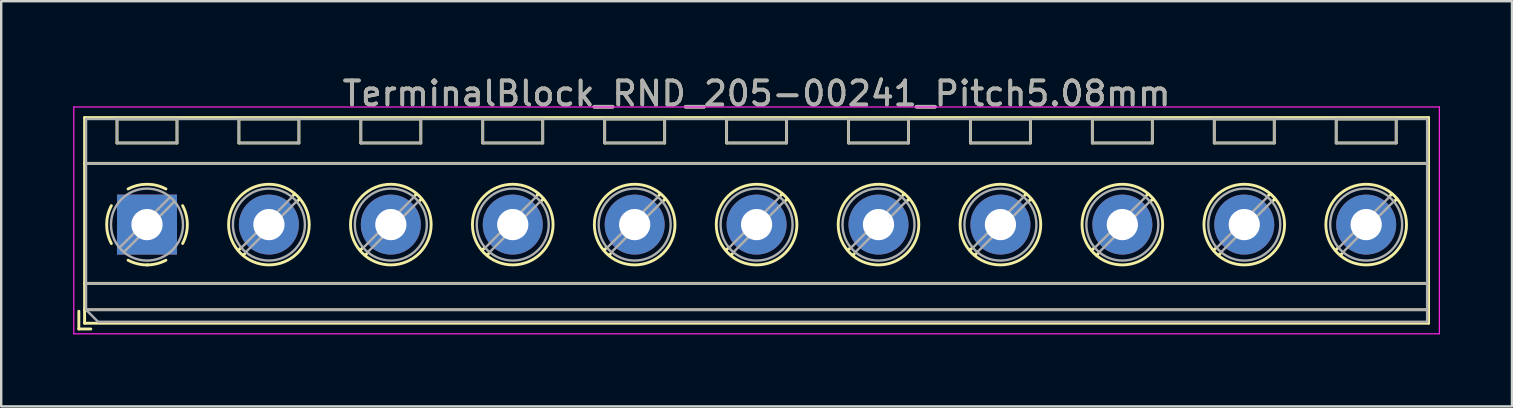
<source format=kicad_pcb>
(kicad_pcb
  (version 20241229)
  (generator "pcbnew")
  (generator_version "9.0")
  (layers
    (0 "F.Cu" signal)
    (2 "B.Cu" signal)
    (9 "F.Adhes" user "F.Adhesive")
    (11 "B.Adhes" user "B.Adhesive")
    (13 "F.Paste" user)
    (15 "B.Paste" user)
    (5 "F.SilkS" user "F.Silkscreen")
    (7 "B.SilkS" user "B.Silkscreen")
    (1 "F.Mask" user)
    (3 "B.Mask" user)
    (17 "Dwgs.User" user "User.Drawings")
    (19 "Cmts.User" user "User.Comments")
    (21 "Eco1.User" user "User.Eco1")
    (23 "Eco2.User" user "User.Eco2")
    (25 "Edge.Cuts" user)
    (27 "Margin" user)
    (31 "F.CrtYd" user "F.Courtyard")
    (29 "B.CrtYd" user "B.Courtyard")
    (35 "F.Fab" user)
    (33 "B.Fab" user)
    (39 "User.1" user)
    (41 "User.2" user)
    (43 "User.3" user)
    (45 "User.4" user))
  (footprint "TerminalBlock_RND_205-00241_Pitch5.08mm"
    (layer "F.Cu")
    (at 3.075 6.308)
    (property "Reference" "TerminalBlock_RND_205-00241_Pitch5.08mm" (at 25.4 -5.46 0) (layer "F.SilkS") (effects (font (size 1 1) (thickness 0.15))))
    (attr through_hole)
    (fp_line (start -2.84 3.61) (end -2.84 4.35) (stroke (width 0.12) (type solid)) (layer "F.SilkS"))
    (fp_line (start -2.84 4.35) (end -2.34 4.35) (stroke (width 0.12) (type solid)) (layer "F.SilkS"))
    (fp_line (start -2.6 -4.46) (end -2.6 4.11) (stroke (width 0.12) (type solid)) (layer "F.SilkS"))
    (fp_line (start -2.6 -2.55) (end 53.4 -2.55) (stroke (width 0.12) (type solid)) (layer "F.SilkS"))
    (fp_line (start -2.6 2.45) (end 53.4 2.45) (stroke (width 0.12) (type solid)) (layer "F.SilkS"))
    (fp_line (start -2.6 3.55) (end 53.4 3.55) (stroke (width 0.12) (type solid)) (layer "F.SilkS"))
    (fp_line (start -2.6 4.11) (end 53.4 4.11) (stroke (width 0.12) (type solid)) (layer "F.SilkS"))
    (fp_line (start -1.25 -4.4) (end -1.25 -3.4) (stroke (width 0.12) (type solid)) (layer "F.SilkS"))
    (fp_line (start -1.25 -4.4) (end 1.25 -4.4) (stroke (width 0.12) (type solid)) (layer "F.SilkS"))
    (fp_line (start -1.25 -3.4) (end 1.25 -3.4) (stroke (width 0.12) (type solid)) (layer "F.SilkS"))
    (fp_line (start 1.25 -4.4) (end 1.25 -3.4) (stroke (width 0.12) (type solid)) (layer "F.SilkS"))
    (fp_line (start 3.83 -4.4) (end 3.83 -3.4) (stroke (width 0.12) (type solid)) (layer "F.SilkS"))
    (fp_line (start 3.83 -4.4) (end 6.33 -4.4) (stroke (width 0.12) (type solid)) (layer "F.SilkS"))
    (fp_line (start 3.83 -3.4) (end 6.33 -3.4) (stroke (width 0.12) (type solid)) (layer "F.SilkS"))
    (fp_line (start 3.9 0.976) (end 3.806 1.069) (stroke (width 0.12) (type solid)) (layer "F.SilkS"))
    (fp_line (start 4.07 1.216) (end 4.011 1.274) (stroke (width 0.12) (type solid)) (layer "F.SilkS"))
    (fp_line (start 6.15 -1.275) (end 6.091 -1.216) (stroke (width 0.12) (type solid)) (layer "F.SilkS"))
    (fp_line (start 6.33 -4.4) (end 6.33 -3.4) (stroke (width 0.12) (type solid)) (layer "F.SilkS"))
    (fp_line (start 6.355 -1.069) (end 6.261 -0.976) (stroke (width 0.12) (type solid)) (layer "F.SilkS"))
    (fp_line (start 8.91 -4.4) (end 8.91 -3.4) (stroke (width 0.12) (type solid)) (layer "F.SilkS"))
    (fp_line (start 8.91 -4.4) (end 11.41 -4.4) (stroke (width 0.12) (type solid)) (layer "F.SilkS"))
    (fp_line (start 8.91 -3.4) (end 11.41 -3.4) (stroke (width 0.12) (type solid)) (layer "F.SilkS"))
    (fp_line (start 8.98 0.976) (end 8.886 1.069) (stroke (width 0.12) (type solid)) (layer "F.SilkS"))
    (fp_line (start 9.15 1.216) (end 9.091 1.274) (stroke (width 0.12) (type solid)) (layer "F.SilkS"))
    (fp_line (start 11.23 -1.275) (end 11.171 -1.216) (stroke (width 0.12) (type solid)) (layer "F.SilkS"))
    (fp_line (start 11.41 -4.4) (end 11.41 -3.4) (stroke (width 0.12) (type solid)) (layer "F.SilkS"))
    (fp_line (start 11.435 -1.069) (end 11.341 -0.976) (stroke (width 0.12) (type solid)) (layer "F.SilkS"))
    (fp_line (start 13.99 -4.4) (end 13.99 -3.4) (stroke (width 0.12) (type solid)) (layer "F.SilkS"))
    (fp_line (start 13.99 -4.4) (end 16.49 -4.4) (stroke (width 0.12) (type solid)) (layer "F.SilkS"))
    (fp_line (start 13.99 -3.4) (end 16.49 -3.4) (stroke (width 0.12) (type solid)) (layer "F.SilkS"))
    (fp_line (start 14.06 0.976) (end 13.966 1.069) (stroke (width 0.12) (type solid)) (layer "F.SilkS"))
    (fp_line (start 14.23 1.216) (end 14.171 1.274) (stroke (width 0.12) (type solid)) (layer "F.SilkS"))
    (fp_line (start 16.31 -1.275) (end 16.251 -1.216) (stroke (width 0.12) (type solid)) (layer "F.SilkS"))
    (fp_line (start 16.49 -4.4) (end 16.49 -3.4) (stroke (width 0.12) (type solid)) (layer "F.SilkS"))
    (fp_line (start 16.515 -1.069) (end 16.421 -0.976) (stroke (width 0.12) (type solid)) (layer "F.SilkS"))
    (fp_line (start 19.07 -4.4) (end 19.07 -3.4) (stroke (width 0.12) (type solid)) (layer "F.SilkS"))
    (fp_line (start 19.07 -4.4) (end 21.57 -4.4) (stroke (width 0.12) (type solid)) (layer "F.SilkS"))
    (fp_line (start 19.07 -3.4) (end 21.57 -3.4) (stroke (width 0.12) (type solid)) (layer "F.SilkS"))
    (fp_line (start 19.14 0.976) (end 19.046 1.069) (stroke (width 0.12) (type solid)) (layer "F.SilkS"))
    (fp_line (start 19.31 1.216) (end 19.251 1.274) (stroke (width 0.12) (type solid)) (layer "F.SilkS"))
    (fp_line (start 21.39 -1.275) (end 21.331 -1.216) (stroke (width 0.12) (type solid)) (layer "F.SilkS"))
    (fp_line (start 21.57 -4.4) (end 21.57 -3.4) (stroke (width 0.12) (type solid)) (layer "F.SilkS"))
    (fp_line (start 21.595 -1.069) (end 21.501 -0.976) (stroke (width 0.12) (type solid)) (layer "F.SilkS"))
    (fp_line (start 24.15 -4.4) (end 24.15 -3.4) (stroke (width 0.12) (type solid)) (layer "F.SilkS"))
    (fp_line (start 24.15 -4.4) (end 26.65 -4.4) (stroke (width 0.12) (type solid)) (layer "F.SilkS"))
    (fp_line (start 24.15 -3.4) (end 26.65 -3.4) (stroke (width 0.12) (type solid)) (layer "F.SilkS"))
    (fp_line (start 24.22 0.976) (end 24.126 1.069) (stroke (width 0.12) (type solid)) (layer "F.SilkS"))
    (fp_line (start 24.39 1.216) (end 24.331 1.274) (stroke (width 0.12) (type solid)) (layer "F.SilkS"))
    (fp_line (start 26.47 -1.275) (end 26.411 -1.216) (stroke (width 0.12) (type solid)) (layer "F.SilkS"))
    (fp_line (start 26.65 -4.4) (end 26.65 -3.4) (stroke (width 0.12) (type solid)) (layer "F.SilkS"))
    (fp_line (start 26.675 -1.069) (end 26.581 -0.976) (stroke (width 0.12) (type solid)) (layer "F.SilkS"))
    (fp_line (start 29.23 -4.4) (end 29.23 -3.4) (stroke (width 0.12) (type solid)) (layer "F.SilkS"))
    (fp_line (start 29.23 -4.4) (end 31.73 -4.4) (stroke (width 0.12) (type solid)) (layer "F.SilkS"))
    (fp_line (start 29.23 -3.4) (end 31.73 -3.4) (stroke (width 0.12) (type solid)) (layer "F.SilkS"))
    (fp_line (start 29.3 0.976) (end 29.206 1.069) (stroke (width 0.12) (type solid)) (layer "F.SilkS"))
    (fp_line (start 29.47 1.216) (end 29.411 1.274) (stroke (width 0.12) (type solid)) (layer "F.SilkS"))
    (fp_line (start 31.55 -1.275) (end 31.491 -1.216) (stroke (width 0.12) (type solid)) (layer "F.SilkS"))
    (fp_line (start 31.73 -4.4) (end 31.73 -3.4) (stroke (width 0.12) (type solid)) (layer "F.SilkS"))
    (fp_line (start 31.755 -1.069) (end 31.661 -0.976) (stroke (width 0.12) (type solid)) (layer "F.SilkS"))
    (fp_line (start 34.31 -4.4) (end 34.31 -3.4) (stroke (width 0.12) (type solid)) (layer "F.SilkS"))
    (fp_line (start 34.31 -4.4) (end 36.81 -4.4) (stroke (width 0.12) (type solid)) (layer "F.SilkS"))
    (fp_line (start 34.31 -3.4) (end 36.81 -3.4) (stroke (width 0.12) (type solid)) (layer "F.SilkS"))
    (fp_line (start 34.38 0.976) (end 34.286 1.069) (stroke (width 0.12) (type solid)) (layer "F.SilkS"))
    (fp_line (start 34.55 1.216) (end 34.491 1.274) (stroke (width 0.12) (type solid)) (layer "F.SilkS"))
    (fp_line (start 36.63 -1.275) (end 36.571 -1.216) (stroke (width 0.12) (type solid)) (layer "F.SilkS"))
    (fp_line (start 36.81 -4.4) (end 36.81 -3.4) (stroke (width 0.12) (type solid)) (layer "F.SilkS"))
    (fp_line (start 36.835 -1.069) (end 36.741 -0.976) (stroke (width 0.12) (type solid)) (layer "F.SilkS"))
    (fp_line (start 39.39 -4.4) (end 39.39 -3.4) (stroke (width 0.12) (type solid)) (layer "F.SilkS"))
    (fp_line (start 39.39 -4.4) (end 41.89 -4.4) (stroke (width 0.12) (type solid)) (layer "F.SilkS"))
    (fp_line (start 39.39 -3.4) (end 41.89 -3.4) (stroke (width 0.12) (type solid)) (layer "F.SilkS"))
    (fp_line (start 39.46 0.976) (end 39.366 1.069) (stroke (width 0.12) (type solid)) (layer "F.SilkS"))
    (fp_line (start 39.63 1.216) (end 39.571 1.274) (stroke (width 0.12) (type solid)) (layer "F.SilkS"))
    (fp_line (start 41.71 -1.275) (end 41.651 -1.216) (stroke (width 0.12) (type solid)) (layer "F.SilkS"))
    (fp_line (start 41.89 -4.4) (end 41.89 -3.4) (stroke (width 0.12) (type solid)) (layer "F.SilkS"))
    (fp_line (start 41.915 -1.069) (end 41.821 -0.976) (stroke (width 0.12) (type solid)) (layer "F.SilkS"))
    (fp_line (start 44.47 -4.4) (end 44.47 -3.4) (stroke (width 0.12) (type solid)) (layer "F.SilkS"))
    (fp_line (start 44.47 -4.4) (end 46.97 -4.4) (stroke (width 0.12) (type solid)) (layer "F.SilkS"))
    (fp_line (start 44.47 -3.4) (end 46.97 -3.4) (stroke (width 0.12) (type solid)) (layer "F.SilkS"))
    (fp_line (start 44.54 0.976) (end 44.446 1.069) (stroke (width 0.12) (type solid)) (layer "F.SilkS"))
    (fp_line (start 44.71 1.216) (end 44.651 1.274) (stroke (width 0.12) (type solid)) (layer "F.SilkS"))
    (fp_line (start 46.79 -1.275) (end 46.731 -1.216) (stroke (width 0.12) (type solid)) (layer "F.SilkS"))
    (fp_line (start 46.97 -4.4) (end 46.97 -3.4) (stroke (width 0.12) (type solid)) (layer "F.SilkS"))
    (fp_line (start 46.995 -1.069) (end 46.901 -0.976) (stroke (width 0.12) (type solid)) (layer "F.SilkS"))
    (fp_line (start 49.55 -4.4) (end 49.55 -3.4) (stroke (width 0.12) (type solid)) (layer "F.SilkS"))
    (fp_line (start 49.55 -4.4) (end 52.05 -4.4) (stroke (width 0.12) (type solid)) (layer "F.SilkS"))
    (fp_line (start 49.55 -3.4) (end 52.05 -3.4) (stroke (width 0.12) (type solid)) (layer "F.SilkS"))
    (fp_line (start 49.62 0.976) (end 49.526 1.069) (stroke (width 0.12) (type solid)) (layer "F.SilkS"))
    (fp_line (start 49.79 1.216) (end 49.731 1.274) (stroke (width 0.12) (type solid)) (layer "F.SilkS"))
    (fp_line (start 51.87 -1.275) (end 51.811 -1.216) (stroke (width 0.12) (type solid)) (layer "F.SilkS"))
    (fp_line (start 52.05 -4.4) (end 52.05 -3.4) (stroke (width 0.12) (type solid)) (layer "F.SilkS"))
    (fp_line (start 52.075 -1.069) (end 51.981 -0.976) (stroke (width 0.12) (type solid)) (layer "F.SilkS"))
    (fp_line (start 53.4 -4.46) (end -2.6 -4.46) (stroke (width 0.12) (type solid)) (layer "F.SilkS"))
    (fp_line (start 53.4 4.11) (end 53.4 -4.46) (stroke (width 0.12) (type solid)) (layer "F.SilkS"))
    (fp_arc (start -1.483953 0.789089) (mid -1.680708 0.00005) (end -1.484 -0.789) (stroke (width 0.12) (type solid)) (layer "F.SilkS"))
    (fp_arc (start -0.789089 -1.483953) (mid -0.00005 -1.680708) (end 0.789 -1.484) (stroke (width 0.12) (type solid)) (layer "F.SilkS"))
    (fp_arc (start 0.029383 1.68045) (mid -0.392304 1.634281) (end -0.789 1.484) (stroke (width 0.12) (type solid)) (layer "F.SilkS"))
    (fp_arc (start 0.788712 1.483352) (mid 0.406429 1.630097) (end 0 1.68) (stroke (width 0.12) (type solid)) (layer "F.SilkS"))
    (fp_arc (start 1.483953 -0.789089) (mid 1.680708 -0.00005) (end 1.484 0.789) (stroke (width 0.12) (type solid)) (layer "F.SilkS"))
    (fp_circle (center 5.08 0) (end 6.76 0) (stroke (width 0.12) (type solid)) (fill no) (layer "F.SilkS"))
    (fp_circle (center 10.16 0) (end 11.84 0) (stroke (width 0.12) (type solid)) (fill no) (layer "F.SilkS"))
    (fp_circle (center 15.24 0) (end 16.92 0) (stroke (width 0.12) (type solid)) (fill no) (layer "F.SilkS"))
    (fp_circle (center 20.32 0) (end 22 0) (stroke (width 0.12) (type solid)) (fill no) (layer "F.SilkS"))
    (fp_circle (center 25.4 0) (end 27.08 0) (stroke (width 0.12) (type solid)) (fill no) (layer "F.SilkS"))
    (fp_circle (center 30.48 0) (end 32.16 0) (stroke (width 0.12) (type solid)) (fill no) (layer "F.SilkS"))
    (fp_circle (center 35.56 0) (end 37.24 0) (stroke (width 0.12) (type solid)) (fill no) (layer "F.SilkS"))
    (fp_circle (center 40.64 0) (end 42.32 0) (stroke (width 0.12) (type solid)) (fill no) (layer "F.SilkS"))
    (fp_circle (center 45.72 0) (end 47.4 0) (stroke (width 0.12) (type solid)) (fill no) (layer "F.SilkS"))
    (fp_circle (center 50.8 0) (end 52.48 0) (stroke (width 0.12) (type solid)) (fill no) (layer "F.SilkS"))
    (fp_line (start -3.05 -4.9) (end -3.05 4.55) (stroke (width 0.05) (type solid)) (layer "F.CrtYd"))
    (fp_line (start -3.05 4.55) (end 53.85 4.55) (stroke (width 0.05) (type solid)) (layer "F.CrtYd"))
    (fp_line (start 53.85 -4.9) (end -3.05 -4.9) (stroke (width 0.05) (type solid)) (layer "F.CrtYd"))
    (fp_line (start 53.85 4.55) (end 53.85 -4.9) (stroke (width 0.05) (type solid)) (layer "F.CrtYd"))
    (fp_line (start -2.54 -4.4) (end 53.34 -4.4) (stroke (width 0.1) (type solid)) (layer "F.Fab"))
    (fp_line (start -2.54 -2.55) (end 53.34 -2.55) (stroke (width 0.1) (type solid)) (layer "F.Fab"))
    (fp_line (start -2.54 2.45) (end 53.34 2.45) (stroke (width 0.1) (type solid)) (layer "F.Fab"))
    (fp_line (start -2.54 3.55) (end -2.54 -4.4) (stroke (width 0.1) (type solid)) (layer "F.Fab"))
    (fp_line (start -2.54 3.55) (end 53.34 3.55) (stroke (width 0.1) (type solid)) (layer "F.Fab"))
    (fp_line (start -2.04 4.05) (end -2.54 3.55) (stroke (width 0.1) (type solid)) (layer "F.Fab"))
    (fp_line (start -1.25 -4.4) (end -1.25 -3.4) (stroke (width 0.1) (type solid)) (layer "F.Fab"))
    (fp_line (start -1.25 -3.4) (end 1.25 -3.4) (stroke (width 0.1) (type solid)) (layer "F.Fab"))
    (fp_line (start 0.955 -1.138) (end -1.138 0.955) (stroke (width 0.1) (type solid)) (layer "F.Fab"))
    (fp_line (start 1.138 -0.955) (end -0.955 1.138) (stroke (width 0.1) (type solid)) (layer "F.Fab"))
    (fp_line (start 1.25 -4.4) (end -1.25 -4.4) (stroke (width 0.1) (type solid)) (layer "F.Fab"))
    (fp_line (start 1.25 -3.4) (end 1.25 -4.4) (stroke (width 0.1) (type solid)) (layer "F.Fab"))
    (fp_line (start 3.83 -4.4) (end 3.83 -3.4) (stroke (width 0.1) (type solid)) (layer "F.Fab"))
    (fp_line (start 3.83 -3.4) (end 6.33 -3.4) (stroke (width 0.1) (type solid)) (layer "F.Fab"))
    (fp_line (start 6.035 -1.138) (end 3.943 0.955) (stroke (width 0.1) (type solid)) (layer "F.Fab"))
    (fp_line (start 6.218 -0.955) (end 4.126 1.138) (stroke (width 0.1) (type solid)) (layer "F.Fab"))
    (fp_line (start 6.33 -4.4) (end 3.83 -4.4) (stroke (width 0.1) (type solid)) (layer "F.Fab"))
    (fp_line (start 6.33 -3.4) (end 6.33 -4.4) (stroke (width 0.1) (type solid)) (layer "F.Fab"))
    (fp_line (start 8.91 -4.4) (end 8.91 -3.4) (stroke (width 0.1) (type solid)) (layer "F.Fab"))
    (fp_line (start 8.91 -3.4) (end 11.41 -3.4) (stroke (width 0.1) (type solid)) (layer "F.Fab"))
    (fp_line (start 11.115 -1.138) (end 9.023 0.955) (stroke (width 0.1) (type solid)) (layer "F.Fab"))
    (fp_line (start 11.298 -0.955) (end 9.206 1.138) (stroke (width 0.1) (type solid)) (layer "F.Fab"))
    (fp_line (start 11.41 -4.4) (end 8.91 -4.4) (stroke (width 0.1) (type solid)) (layer "F.Fab"))
    (fp_line (start 11.41 -3.4) (end 11.41 -4.4) (stroke (width 0.1) (type solid)) (layer "F.Fab"))
    (fp_line (start 13.99 -4.4) (end 13.99 -3.4) (stroke (width 0.1) (type solid)) (layer "F.Fab"))
    (fp_line (start 13.99 -3.4) (end 16.49 -3.4) (stroke (width 0.1) (type solid)) (layer "F.Fab"))
    (fp_line (start 16.195 -1.138) (end 14.103 0.955) (stroke (width 0.1) (type solid)) (layer "F.Fab"))
    (fp_line (start 16.378 -0.955) (end 14.286 1.138) (stroke (width 0.1) (type solid)) (layer "F.Fab"))
    (fp_line (start 16.49 -4.4) (end 13.99 -4.4) (stroke (width 0.1) (type solid)) (layer "F.Fab"))
    (fp_line (start 16.49 -3.4) (end 16.49 -4.4) (stroke (width 0.1) (type solid)) (layer "F.Fab"))
    (fp_line (start 19.07 -4.4) (end 19.07 -3.4) (stroke (width 0.1) (type solid)) (layer "F.Fab"))
    (fp_line (start 19.07 -3.4) (end 21.57 -3.4) (stroke (width 0.1) (type solid)) (layer "F.Fab"))
    (fp_line (start 21.275 -1.138) (end 19.183 0.955) (stroke (width 0.1) (type solid)) (layer "F.Fab"))
    (fp_line (start 21.458 -0.955) (end 19.366 1.138) (stroke (width 0.1) (type solid)) (layer "F.Fab"))
    (fp_line (start 21.57 -4.4) (end 19.07 -4.4) (stroke (width 0.1) (type solid)) (layer "F.Fab"))
    (fp_line (start 21.57 -3.4) (end 21.57 -4.4) (stroke (width 0.1) (type solid)) (layer "F.Fab"))
    (fp_line (start 24.15 -4.4) (end 24.15 -3.4) (stroke (width 0.1) (type solid)) (layer "F.Fab"))
    (fp_line (start 24.15 -3.4) (end 26.65 -3.4) (stroke (width 0.1) (type solid)) (layer "F.Fab"))
    (fp_line (start 26.355 -1.138) (end 24.263 0.955) (stroke (width 0.1) (type solid)) (layer "F.Fab"))
    (fp_line (start 26.538 -0.955) (end 24.446 1.138) (stroke (width 0.1) (type solid)) (layer "F.Fab"))
    (fp_line (start 26.65 -4.4) (end 24.15 -4.4) (stroke (width 0.1) (type solid)) (layer "F.Fab"))
    (fp_line (start 26.65 -3.4) (end 26.65 -4.4) (stroke (width 0.1) (type solid)) (layer "F.Fab"))
    (fp_line (start 29.23 -4.4) (end 29.23 -3.4) (stroke (width 0.1) (type solid)) (layer "F.Fab"))
    (fp_line (start 29.23 -3.4) (end 31.73 -3.4) (stroke (width 0.1) (type solid)) (layer "F.Fab"))
    (fp_line (start 31.435 -1.138) (end 29.343 0.955) (stroke (width 0.1) (type solid)) (layer "F.Fab"))
    (fp_line (start 31.618 -0.955) (end 29.526 1.138) (stroke (width 0.1) (type solid)) (layer "F.Fab"))
    (fp_line (start 31.73 -4.4) (end 29.23 -4.4) (stroke (width 0.1) (type solid)) (layer "F.Fab"))
    (fp_line (start 31.73 -3.4) (end 31.73 -4.4) (stroke (width 0.1) (type solid)) (layer "F.Fab"))
    (fp_line (start 34.31 -4.4) (end 34.31 -3.4) (stroke (width 0.1) (type solid)) (layer "F.Fab"))
    (fp_line (start 34.31 -3.4) (end 36.81 -3.4) (stroke (width 0.1) (type solid)) (layer "F.Fab"))
    (fp_line (start 36.515 -1.138) (end 34.423 0.955) (stroke (width 0.1) (type solid)) (layer "F.Fab"))
    (fp_line (start 36.698 -0.955) (end 34.606 1.138) (stroke (width 0.1) (type solid)) (layer "F.Fab"))
    (fp_line (start 36.81 -4.4) (end 34.31 -4.4) (stroke (width 0.1) (type solid)) (layer "F.Fab"))
    (fp_line (start 36.81 -3.4) (end 36.81 -4.4) (stroke (width 0.1) (type solid)) (layer "F.Fab"))
    (fp_line (start 39.39 -4.4) (end 39.39 -3.4) (stroke (width 0.1) (type solid)) (layer "F.Fab"))
    (fp_line (start 39.39 -3.4) (end 41.89 -3.4) (stroke (width 0.1) (type solid)) (layer "F.Fab"))
    (fp_line (start 41.595 -1.138) (end 39.503 0.955) (stroke (width 0.1) (type solid)) (layer "F.Fab"))
    (fp_line (start 41.778 -0.955) (end 39.686 1.138) (stroke (width 0.1) (type solid)) (layer "F.Fab"))
    (fp_line (start 41.89 -4.4) (end 39.39 -4.4) (stroke (width 0.1) (type solid)) (layer "F.Fab"))
    (fp_line (start 41.89 -3.4) (end 41.89 -4.4) (stroke (width 0.1) (type solid)) (layer "F.Fab"))
    (fp_line (start 44.47 -4.4) (end 44.47 -3.4) (stroke (width 0.1) (type solid)) (layer "F.Fab"))
    (fp_line (start 44.47 -3.4) (end 46.97 -3.4) (stroke (width 0.1) (type solid)) (layer "F.Fab"))
    (fp_line (start 46.675 -1.138) (end 44.583 0.955) (stroke (width 0.1) (type solid)) (layer "F.Fab"))
    (fp_line (start 46.858 -0.955) (end 44.766 1.138) (stroke (width 0.1) (type solid)) (layer "F.Fab"))
    (fp_line (start 46.97 -4.4) (end 44.47 -4.4) (stroke (width 0.1) (type solid)) (layer "F.Fab"))
    (fp_line (start 46.97 -3.4) (end 46.97 -4.4) (stroke (width 0.1) (type solid)) (layer "F.Fab"))
    (fp_line (start 49.55 -4.4) (end 49.55 -3.4) (stroke (width 0.1) (type solid)) (layer "F.Fab"))
    (fp_line (start 49.55 -3.4) (end 52.05 -3.4) (stroke (width 0.1) (type solid)) (layer "F.Fab"))
    (fp_line (start 51.755 -1.138) (end 49.663 0.955) (stroke (width 0.1) (type solid)) (layer "F.Fab"))
    (fp_line (start 51.938 -0.955) (end 49.846 1.138) (stroke (width 0.1) (type solid)) (layer "F.Fab"))
    (fp_line (start 52.05 -4.4) (end 49.55 -4.4) (stroke (width 0.1) (type solid)) (layer "F.Fab"))
    (fp_line (start 52.05 -3.4) (end 52.05 -4.4) (stroke (width 0.1) (type solid)) (layer "F.Fab"))
    (fp_line (start 53.34 -4.4) (end 53.34 4.05) (stroke (width 0.1) (type solid)) (layer "F.Fab"))
    (fp_line (start 53.34 4.05) (end -2.04 4.05) (stroke (width 0.1) (type solid)) (layer "F.Fab"))
    (fp_circle (center 0 0) (end 1.5 0) (stroke (width 0.1) (type solid)) (fill no) (layer "F.Fab"))
    (fp_circle (center 5.08 0) (end 6.58 0) (stroke (width 0.1) (type solid)) (fill no) (layer "F.Fab"))
    (fp_circle (center 10.16 0) (end 11.66 0) (stroke (width 0.1) (type solid)) (fill no) (layer "F.Fab"))
    (fp_circle (center 15.24 0) (end 16.74 0) (stroke (width 0.1) (type solid)) (fill no) (layer "F.Fab"))
    (fp_circle (center 20.32 0) (end 21.82 0) (stroke (width 0.1) (type solid)) (fill no) (layer "F.Fab"))
    (fp_circle (center 25.4 0) (end 26.9 0) (stroke (width 0.1) (type solid)) (fill no) (layer "F.Fab"))
    (fp_circle (center 30.48 0) (end 31.98 0) (stroke (width 0.1) (type solid)) (fill no) (layer "F.Fab"))
    (fp_circle (center 35.56 0) (end 37.06 0) (stroke (width 0.1) (type solid)) (fill no) (layer "F.Fab"))
    (fp_circle (center 40.64 0) (end 42.14 0) (stroke (width 0.1) (type solid)) (fill no) (layer "F.Fab"))
    (fp_circle (center 45.72 0) (end 47.22 0) (stroke (width 0.1) (type solid)) (fill no) (layer "F.Fab"))
    (fp_circle (center 50.8 0) (end 52.3 0) (stroke (width 0.1) (type solid)) (fill no) (layer "F.Fab"))
    (fp_text user "${REFERENCE}" (at 25.4 -5.46 0) (layer "F.Fab") (effects (font (size 1 1) (thickness 0.15))))
    (pad "1" thru_hole rect (at 0 0) (size 2.5 2.5) (drill 1.3) (layers "*.Cu" "*.Mask"))
    (pad "2" thru_hole circle (at 5.08 0) (size 2.5 2.5) (drill 1.3) (layers "*.Cu" "*.Mask"))
    (pad "3" thru_hole circle (at 10.16 0) (size 2.5 2.5) (drill 1.3) (layers "*.Cu" "*.Mask"))
    (pad "4" thru_hole circle (at 15.24 0) (size 2.5 2.5) (drill 1.3) (layers "*.Cu" "*.Mask"))
    (pad "5" thru_hole circle (at 20.32 0) (size 2.5 2.5) (drill 1.3) (layers "*.Cu" "*.Mask"))
    (pad "6" thru_hole circle (at 25.4 0) (size 2.5 2.5) (drill 1.3) (layers "*.Cu" "*.Mask"))
    (pad "7" thru_hole circle (at 30.48 0) (size 2.5 2.5) (drill 1.3) (layers "*.Cu" "*.Mask"))
    (pad "8" thru_hole circle (at 35.56 0) (size 2.5 2.5) (drill 1.3) (layers "*.Cu" "*.Mask"))
    (pad "9" thru_hole circle (at 40.64 0) (size 2.5 2.5) (drill 1.3) (layers "*.Cu" "*.Mask"))
    (pad "10" thru_hole circle (at 45.72 0) (size 2.5 2.5) (drill 1.3) (layers "*.Cu" "*.Mask"))
    (pad "11" thru_hole circle (at 50.8 0) (size 2.5 2.5) (drill 1.3) (layers "*.Cu" "*.Mask")))
  (gr_rect
    (start -3 -3)
    (end 59.95 13.883)
    (stroke (width 0.1) (type default))
    (fill no)
    (layer "Edge.Cuts")))
</source>
